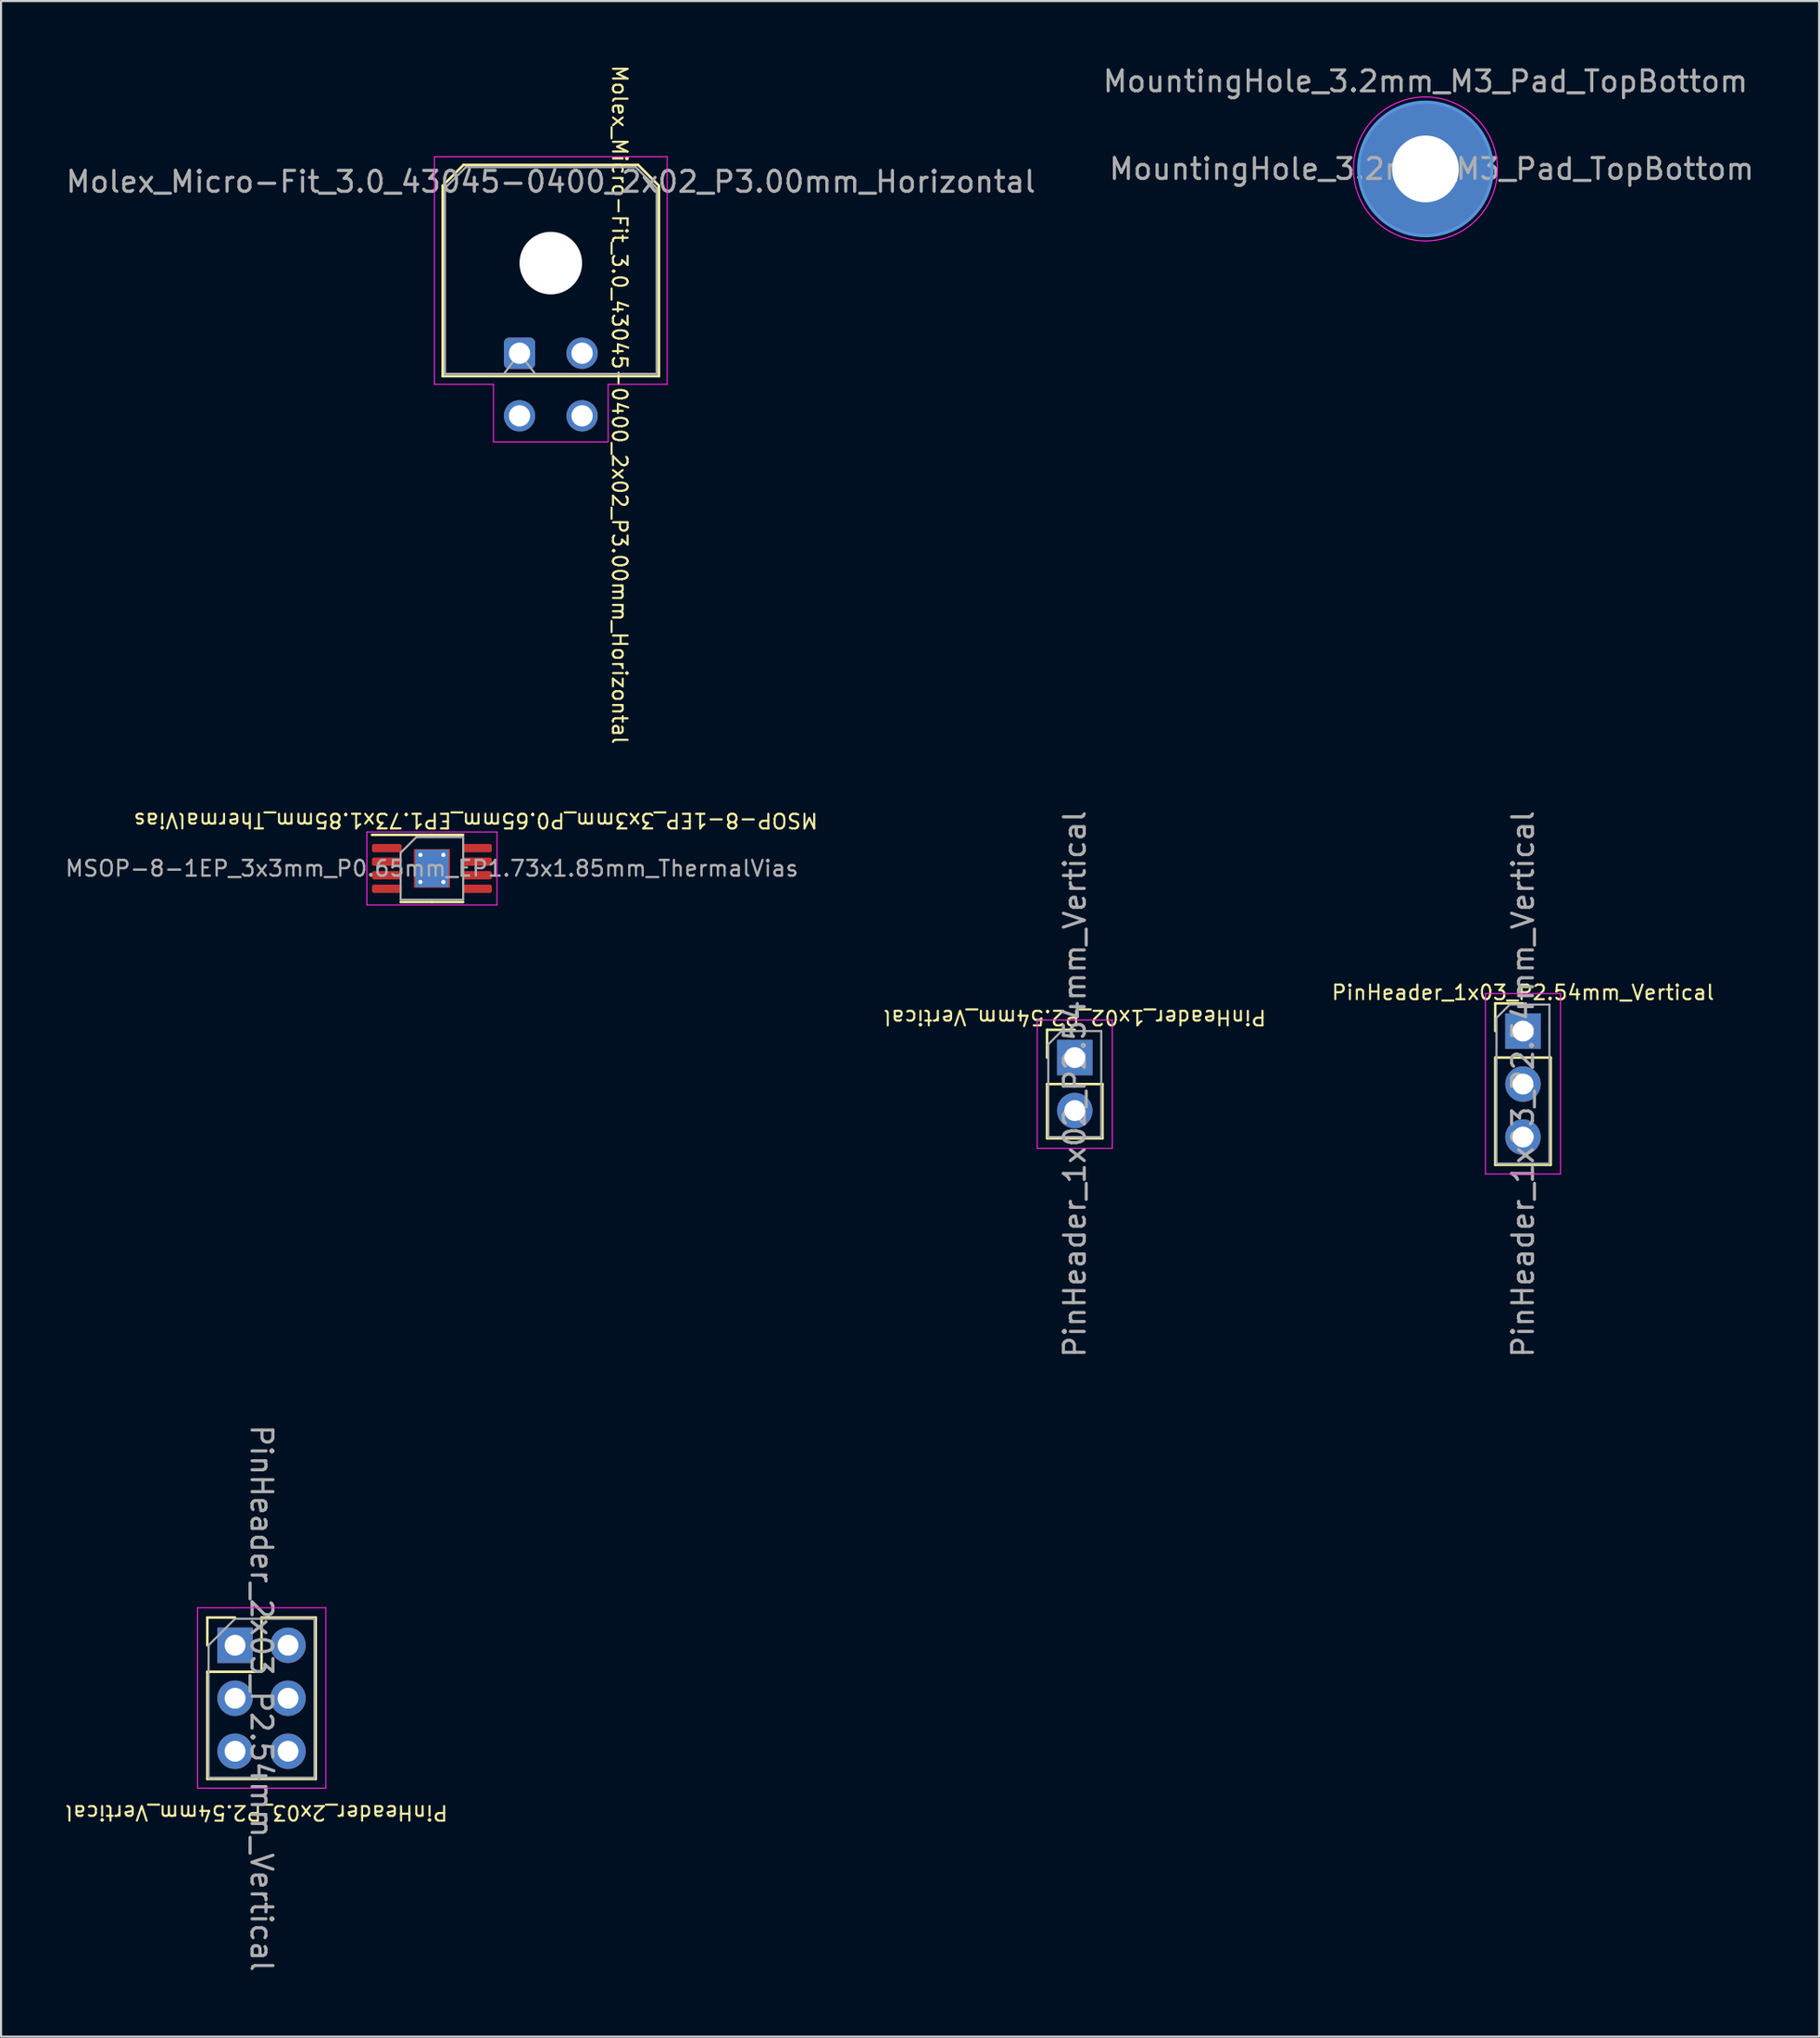
<source format=kicad_pcb>
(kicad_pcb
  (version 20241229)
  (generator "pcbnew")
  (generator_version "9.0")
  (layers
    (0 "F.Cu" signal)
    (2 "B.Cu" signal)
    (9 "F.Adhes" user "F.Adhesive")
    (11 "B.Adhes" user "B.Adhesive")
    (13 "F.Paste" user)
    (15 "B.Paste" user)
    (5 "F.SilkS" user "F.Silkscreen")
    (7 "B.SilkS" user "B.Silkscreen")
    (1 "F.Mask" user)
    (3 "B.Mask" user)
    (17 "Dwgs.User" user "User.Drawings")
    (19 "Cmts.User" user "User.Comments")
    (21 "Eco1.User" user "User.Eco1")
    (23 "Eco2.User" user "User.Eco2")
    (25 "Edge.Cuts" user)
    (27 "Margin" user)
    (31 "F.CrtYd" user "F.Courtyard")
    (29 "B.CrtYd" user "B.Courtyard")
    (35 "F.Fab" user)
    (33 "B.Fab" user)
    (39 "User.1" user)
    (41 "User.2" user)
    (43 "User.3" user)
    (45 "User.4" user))
  (footprint "MountingHole_3.2mm_M3_Pad_TopBottom"
    (layer "F.Cu")
    (at 65.304 5.048)
    (property "Reference" "MountingHole_3.2mm_M3_Pad_TopBottom" (at 0 -4.2 0) (unlocked yes) (layer "F.Fab") (effects (font (size 1 1) (thickness 0.15))))
    (attr exclude_from_pos_files exclude_from_bom)
    (fp_circle (center 0 0) (end 3.2 0) (stroke (width 0.15) (type solid)) (fill no) (layer "Cmts.User"))
    (fp_circle (center 0 0) (end 3.45 0) (stroke (width 0.05) (type solid)) (fill no) (layer "F.CrtYd"))
    (fp_text user "${REFERENCE}" (at 0.3 0 0) (unlocked yes) (layer "F.Fab") (effects (font (size 1 1) (thickness 0.15))))
    (pad "1" thru_hole circle (at 0 0) (size 3.6 3.6) (drill 3.2) (layers "*.Cu" "*.Mask"))
    (pad "1" connect circle (at 0 0) (size 6.4 6.4) (layers "F.Cu" "F.Mask"))
    (pad "1" connect circle (at 0 0) (size 6.4 6.4) (layers "B.Cu" "B.Mask")))
  (footprint "PinHeader_1x02_P2.54mm_Vertical"
    (layer "F.Cu")
    (at 48.488 47.644)
    (property "Reference" "PinHeader_1x02_P2.54mm_Vertical" (at 0 -1.925 180) (unlocked yes) (layer "F.SilkS") (effects (font (size 0.7 0.7) (thickness 0.1))))
    (attr through_hole)
    (fp_line (start -1.33 -1.33) (end 0 -1.33) (stroke (width 0.12) (type solid)) (layer "F.SilkS"))
    (fp_line (start -1.33 0) (end -1.33 -1.33) (stroke (width 0.12) (type solid)) (layer "F.SilkS"))
    (fp_line (start -1.33 1.27) (end -1.33 3.87) (stroke (width 0.12) (type solid)) (layer "F.SilkS"))
    (fp_line (start -1.33 1.27) (end 1.33 1.27) (stroke (width 0.12) (type solid)) (layer "F.SilkS"))
    (fp_line (start -1.33 3.87) (end 1.33 3.87) (stroke (width 0.12) (type solid)) (layer "F.SilkS"))
    (fp_line (start 1.33 1.27) (end 1.33 3.87) (stroke (width 0.12) (type solid)) (layer "F.SilkS"))
    (fp_line (start -1.8 -1.8) (end -1.8 4.35) (stroke (width 0.05) (type solid)) (layer "F.CrtYd"))
    (fp_line (start -1.8 4.35) (end 1.8 4.35) (stroke (width 0.05) (type solid)) (layer "F.CrtYd"))
    (fp_line (start 1.8 -1.8) (end -1.8 -1.8) (stroke (width 0.05) (type solid)) (layer "F.CrtYd"))
    (fp_line (start 1.8 4.35) (end 1.8 -1.8) (stroke (width 0.05) (type solid)) (layer "F.CrtYd"))
    (fp_line (start -1.27 -0.635) (end -0.635 -1.27) (stroke (width 0.1) (type solid)) (layer "F.Fab"))
    (fp_line (start -1.27 3.81) (end -1.27 -0.635) (stroke (width 0.1) (type solid)) (layer "F.Fab"))
    (fp_line (start -0.635 -1.27) (end 1.27 -1.27) (stroke (width 0.1) (type solid)) (layer "F.Fab"))
    (fp_line (start 1.27 -1.27) (end 1.27 3.81) (stroke (width 0.1) (type solid)) (layer "F.Fab"))
    (fp_line (start 1.27 3.81) (end -1.27 3.81) (stroke (width 0.1) (type solid)) (layer "F.Fab"))
    (fp_text user "${REFERENCE}" (at 0 1.27 90) (layer "F.Fab") (effects (font (size 1 1) (thickness 0.15))))
    (pad "1" thru_hole rect (at 0 0) (size 1.7 1.7) (drill 1) (layers "*.Cu" "*.Mask"))
    (pad "2" thru_hole oval (at 0 2.54) (size 1.7 1.7) (drill 1) (layers "*.Cu" "*.Mask")))
  (footprint "PinHeader_1x03_P2.54mm_Vertical"
    (layer "F.Cu")
    (at 69.981 46.374)
    (property "Reference" "PinHeader_1x03_P2.54mm_Vertical" (at 0 -1.85 0) (unlocked yes) (layer "F.SilkS") (effects (font (size 0.7 0.7) (thickness 0.1))))
    (attr through_hole)
    (fp_line (start -1.33 -1.33) (end 0 -1.33) (stroke (width 0.12) (type solid)) (layer "F.SilkS"))
    (fp_line (start -1.33 0) (end -1.33 -1.33) (stroke (width 0.12) (type solid)) (layer "F.SilkS"))
    (fp_line (start -1.33 1.27) (end -1.33 6.41) (stroke (width 0.12) (type solid)) (layer "F.SilkS"))
    (fp_line (start -1.33 1.27) (end 1.33 1.27) (stroke (width 0.12) (type solid)) (layer "F.SilkS"))
    (fp_line (start -1.33 6.41) (end 1.33 6.41) (stroke (width 0.12) (type solid)) (layer "F.SilkS"))
    (fp_line (start 1.33 1.27) (end 1.33 6.41) (stroke (width 0.12) (type solid)) (layer "F.SilkS"))
    (fp_line (start -1.8 -1.8) (end -1.8 6.85) (stroke (width 0.05) (type solid)) (layer "F.CrtYd"))
    (fp_line (start -1.8 6.85) (end 1.8 6.85) (stroke (width 0.05) (type solid)) (layer "F.CrtYd"))
    (fp_line (start 1.8 -1.8) (end -1.8 -1.8) (stroke (width 0.05) (type solid)) (layer "F.CrtYd"))
    (fp_line (start 1.8 6.85) (end 1.8 -1.8) (stroke (width 0.05) (type solid)) (layer "F.CrtYd"))
    (fp_line (start -1.27 -0.635) (end -0.635 -1.27) (stroke (width 0.1) (type solid)) (layer "F.Fab"))
    (fp_line (start -1.27 6.35) (end -1.27 -0.635) (stroke (width 0.1) (type solid)) (layer "F.Fab"))
    (fp_line (start -0.635 -1.27) (end 1.27 -1.27) (stroke (width 0.1) (type solid)) (layer "F.Fab"))
    (fp_line (start 1.27 -1.27) (end 1.27 6.35) (stroke (width 0.1) (type solid)) (layer "F.Fab"))
    (fp_line (start 1.27 6.35) (end -1.27 6.35) (stroke (width 0.1) (type solid)) (layer "F.Fab"))
    (fp_text user "${REFERENCE}" (at 0 2.54 90) (unlocked yes) (layer "F.Fab") (effects (font (size 1 1) (thickness 0.15))))
    (pad "1" thru_hole rect (at 0 0) (size 1.7 1.7) (drill 1) (layers "*.Cu" "*.Mask"))
    (pad "2" thru_hole oval (at 0 2.54) (size 1.7 1.7) (drill 1) (layers "*.Cu" "*.Mask"))
    (pad "3" thru_hole oval (at 0 5.08) (size 1.7 1.7) (drill 1) (layers "*.Cu" "*.Mask")))
  (footprint "Molex_Micro-Fit_3.0_43045-0400_2x02_P3.00mm_Horizontal"
    (layer "F.Cu")
    (at 21.863 13.882)
    (property "Reference" "Molex_Micro-Fit_3.0_43045-0400_2x02_P3.00mm_Horizontal" (at 4.8 2.465 270) (unlocked yes) (layer "F.SilkS") (effects (font (size 0.7 0.7) (thickness 0.1))))
    (attr through_hole)
    (fp_line (start -3.685 -8.03) (end -2.685 -9.03) (stroke (width 0.12) (type solid)) (layer "F.SilkS"))
    (fp_line (start -3.685 1.1) (end -3.685 -8.03) (stroke (width 0.12) (type solid)) (layer "F.SilkS"))
    (fp_line (start -2.685 -9.03) (end 5.685 -9.03) (stroke (width 0.12) (type solid)) (layer "F.SilkS"))
    (fp_line (start 5.685 -9.03) (end 6.685 -8.03) (stroke (width 0.12) (type solid)) (layer "F.SilkS"))
    (fp_line (start 6.685 -8.03) (end 6.685 1.1) (stroke (width 0.12) (type solid)) (layer "F.SilkS"))
    (fp_line (start 6.685 1.1) (end -3.685 1.1) (stroke (width 0.12) (type solid)) (layer "F.SilkS"))
    (fp_line (start -4.08 -9.42) (end 7.08 -9.42) (stroke (width 0.05) (type solid)) (layer "F.CrtYd"))
    (fp_line (start -4.08 1.49) (end -4.08 -9.42) (stroke (width 0.05) (type solid)) (layer "F.CrtYd"))
    (fp_line (start -1.25 1.49) (end -4.08 1.49) (stroke (width 0.05) (type solid)) (layer "F.CrtYd"))
    (fp_line (start -1.25 4.25) (end -1.25 1.49) (stroke (width 0.05) (type solid)) (layer "F.CrtYd"))
    (fp_line (start 4.25 1.49) (end 4.25 4.25) (stroke (width 0.05) (type solid)) (layer "F.CrtYd"))
    (fp_line (start 4.25 4.25) (end -1.25 4.25) (stroke (width 0.05) (type solid)) (layer "F.CrtYd"))
    (fp_line (start 7.08 -9.42) (end 7.08 1.49) (stroke (width 0.05) (type solid)) (layer "F.CrtYd"))
    (fp_line (start 7.08 1.49) (end 4.25 1.49) (stroke (width 0.05) (type solid)) (layer "F.CrtYd"))
    (fp_line (start -3.575 -7.92) (end -2.575 -8.92) (stroke (width 0.1) (type solid)) (layer "F.Fab"))
    (fp_line (start -3.575 0.99) (end -3.575 -7.92) (stroke (width 0.1) (type solid)) (layer "F.Fab"))
    (fp_line (start -2.575 -8.92) (end 5.575 -8.92) (stroke (width 0.1) (type solid)) (layer "F.Fab"))
    (fp_line (start -0.75 0.99) (end 0 0) (stroke (width 0.1) (type solid)) (layer "F.Fab"))
    (fp_line (start 0 0) (end 0.75 0.99) (stroke (width 0.1) (type solid)) (layer "F.Fab"))
    (fp_line (start 5.575 -8.92) (end 6.575 -7.92) (stroke (width 0.1) (type solid)) (layer "F.Fab"))
    (fp_line (start 6.575 -7.92) (end 6.575 0.99) (stroke (width 0.1) (type solid)) (layer "F.Fab"))
    (fp_line (start 6.575 0.99) (end -3.575 0.99) (stroke (width 0.1) (type solid)) (layer "F.Fab"))
    (fp_text user "${REFERENCE}" (at 1.5 -8.22 0) (layer "F.Fab") (effects (font (size 1 1) (thickness 0.15))))
    (pad "" np_thru_hole circle (at 1.5 -4.32) (size 3 3) (drill 3) (layers "*.Cu" "*.Mask"))
    (pad "1" thru_hole roundrect (at 0 0) (size 1.5 1.5) (drill 1.02) (layers "*.Cu" "*.Mask") (roundrect_rratio 0.167))
    (pad "2" thru_hole circle (at 3 0) (size 1.5 1.5) (drill 1.02) (layers "*.Cu" "*.Mask"))
    (pad "3" thru_hole circle (at 0 3) (size 1.5 1.5) (drill 1.02) (layers "*.Cu" "*.Mask"))
    (pad "4" thru_hole circle (at 3 3) (size 1.5 1.5) (drill 1.02) (layers "*.Cu" "*.Mask")))
  (footprint "MSOP-8-1EP_3x3mm_P0.65mm_EP1.73x1.85mm_ThermalVias"
    (layer "F.Cu")
    (at 17.661 38.578)
    (property "Reference" "MSOP-8-1EP_3x3mm_P0.65mm_EP1.73x1.85mm_ThermalVias" (at 2.1 -2.3 180) (unlocked yes) (layer "F.SilkS") (effects (font (size 0.7 0.7) (thickness 0.1))))
    (attr smd)
    (fp_line (start 0 -1.61) (end -2.875 -1.61) (stroke (width 0.12) (type solid)) (layer "F.SilkS"))
    (fp_line (start 0 -1.61) (end 1.5 -1.61) (stroke (width 0.12) (type solid)) (layer "F.SilkS"))
    (fp_line (start 0 1.61) (end -1.5 1.61) (stroke (width 0.12) (type solid)) (layer "F.SilkS"))
    (fp_line (start 0 1.61) (end 1.5 1.61) (stroke (width 0.12) (type solid)) (layer "F.SilkS"))
    (fp_line (start -3.12 -1.75) (end -3.12 1.75) (stroke (width 0.05) (type solid)) (layer "F.CrtYd"))
    (fp_line (start -3.12 1.75) (end 3.12 1.75) (stroke (width 0.05) (type solid)) (layer "F.CrtYd"))
    (fp_line (start 3.12 -1.75) (end -3.12 -1.75) (stroke (width 0.05) (type solid)) (layer "F.CrtYd"))
    (fp_line (start 3.12 1.75) (end 3.12 -1.75) (stroke (width 0.05) (type solid)) (layer "F.CrtYd"))
    (fp_line (start -1.5 -0.75) (end -0.75 -1.5) (stroke (width 0.1) (type solid)) (layer "F.Fab"))
    (fp_line (start -1.5 1.5) (end -1.5 -0.75) (stroke (width 0.1) (type solid)) (layer "F.Fab"))
    (fp_line (start -0.75 -1.5) (end 1.5 -1.5) (stroke (width 0.1) (type solid)) (layer "F.Fab"))
    (fp_line (start 1.5 -1.5) (end 1.5 1.5) (stroke (width 0.1) (type solid)) (layer "F.Fab"))
    (fp_line (start 1.5 1.5) (end -1.5 1.5) (stroke (width 0.1) (type solid)) (layer "F.Fab"))
    (fp_text user "${REFERENCE}" (at 0 0 180) (layer "F.Fab") (effects (font (size 0.75 0.75) (thickness 0.11))))
    (pad "" smd roundrect (at -0.43 -0.46) (size 0.72 0.77) (layers "F.Paste") (roundrect_rratio 0.25))
    (pad "" smd roundrect (at -0.43 0.46) (size 0.72 0.77) (layers "F.Paste") (roundrect_rratio 0.25))
    (pad "" smd roundrect (at 0.43 -0.46) (size 0.72 0.77) (layers "F.Paste") (roundrect_rratio 0.25))
    (pad "" smd roundrect (at 0.43 0.46) (size 0.72 0.77) (layers "F.Paste") (roundrect_rratio 0.25))
    (pad "1" smd roundrect (at -2.163 -0.975) (size 1.425 0.4) (layers "F.Cu" "F.Mask" "F.Paste") (roundrect_rratio 0.25))
    (pad "2" smd roundrect (at -2.163 -0.325) (size 1.425 0.4) (layers "F.Cu" "F.Mask" "F.Paste") (roundrect_rratio 0.25))
    (pad "3" smd roundrect (at -2.163 0.325) (size 1.425 0.4) (layers "F.Cu" "F.Mask" "F.Paste") (roundrect_rratio 0.25))
    (pad "4" smd roundrect (at -2.163 0.975) (size 1.425 0.4) (layers "F.Cu" "F.Mask" "F.Paste") (roundrect_rratio 0.25))
    (pad "5" smd roundrect (at 2.163 0.975) (size 1.425 0.4) (layers "F.Cu" "F.Mask" "F.Paste") (roundrect_rratio 0.25))
    (pad "6" smd roundrect (at 2.163 0.325) (size 1.425 0.4) (layers "F.Cu" "F.Mask" "F.Paste") (roundrect_rratio 0.25))
    (pad "7" smd roundrect (at 2.163 -0.325) (size 1.425 0.4) (layers "F.Cu" "F.Mask" "F.Paste") (roundrect_rratio 0.25))
    (pad "8" smd roundrect (at 2.163 -0.975) (size 1.425 0.4) (layers "F.Cu" "F.Mask" "F.Paste") (roundrect_rratio 0.25))
    (pad "9" thru_hole circle (at -0.55 -0.65) (size 0.5 0.5) (drill 0.2) (layers "*.Cu"))
    (pad "9" thru_hole circle (at -0.55 0.65) (size 0.5 0.5) (drill 0.2) (layers "*.Cu"))
    (pad "9" smd rect (at 0 0) (size 1.6 1.8) (layers "B.Cu"))
    (pad "9" smd rect (at 0 0) (size 1.73 1.85) (layers "F.Cu" "F.Mask"))
    (pad "9" thru_hole circle (at 0.55 -0.65) (size 0.5 0.5) (drill 0.2) (layers "*.Cu"))
    (pad "9" thru_hole circle (at 0.55 0.65) (size 0.5 0.5) (drill 0.2) (layers "*.Cu")))
  (footprint "PinHeader_2x03_P2.54mm_Vertical"
    (layer "F.Cu")
    (at 8.222 75.814)
    (property "Reference" "PinHeader_2x03_P2.54mm_Vertical" (at 1.025 8.025 180) (unlocked yes) (layer "F.SilkS") (effects (font (size 0.7 0.7) (thickness 0.1))))
    (attr through_hole)
    (fp_line (start -1.33 -1.33) (end 0 -1.33) (stroke (width 0.12) (type solid)) (layer "F.SilkS"))
    (fp_line (start -1.33 0) (end -1.33 -1.33) (stroke (width 0.12) (type solid)) (layer "F.SilkS"))
    (fp_line (start -1.33 1.27) (end -1.33 6.41) (stroke (width 0.12) (type solid)) (layer "F.SilkS"))
    (fp_line (start -1.33 1.27) (end 1.27 1.27) (stroke (width 0.12) (type solid)) (layer "F.SilkS"))
    (fp_line (start -1.33 6.41) (end 3.87 6.41) (stroke (width 0.12) (type solid)) (layer "F.SilkS"))
    (fp_line (start 1.27 -1.33) (end 3.87 -1.33) (stroke (width 0.12) (type solid)) (layer "F.SilkS"))
    (fp_line (start 1.27 1.27) (end 1.27 -1.33) (stroke (width 0.12) (type solid)) (layer "F.SilkS"))
    (fp_line (start 3.87 -1.33) (end 3.87 6.41) (stroke (width 0.12) (type solid)) (layer "F.SilkS"))
    (fp_line (start -1.8 -1.8) (end -1.8 6.85) (stroke (width 0.05) (type solid)) (layer "F.CrtYd"))
    (fp_line (start -1.8 6.85) (end 4.35 6.85) (stroke (width 0.05) (type solid)) (layer "F.CrtYd"))
    (fp_line (start 4.35 -1.8) (end -1.8 -1.8) (stroke (width 0.05) (type solid)) (layer "F.CrtYd"))
    (fp_line (start 4.35 6.85) (end 4.35 -1.8) (stroke (width 0.05) (type solid)) (layer "F.CrtYd"))
    (fp_line (start -1.27 0) (end 0 -1.27) (stroke (width 0.1) (type solid)) (layer "F.Fab"))
    (fp_line (start -1.27 6.35) (end -1.27 0) (stroke (width 0.1) (type solid)) (layer "F.Fab"))
    (fp_line (start 0 -1.27) (end 3.81 -1.27) (stroke (width 0.1) (type solid)) (layer "F.Fab"))
    (fp_line (start 3.81 -1.27) (end 3.81 6.35) (stroke (width 0.1) (type solid)) (layer "F.Fab"))
    (fp_line (start 3.81 6.35) (end -1.27 6.35) (stroke (width 0.1) (type solid)) (layer "F.Fab"))
    (fp_text user "${REFERENCE}" (at 1.27 2.54 270) (unlocked yes) (layer "F.Fab") (effects (font (size 1 1) (thickness 0.15))))
    (pad "1" thru_hole rect (at 0 0) (size 1.7 1.7) (drill 1) (layers "*.Cu" "*.Mask"))
    (pad "2" thru_hole oval (at 2.54 0) (size 1.7 1.7) (drill 1) (layers "*.Cu" "*.Mask"))
    (pad "3" thru_hole oval (at 0 2.54) (size 1.7 1.7) (drill 1) (layers "*.Cu" "*.Mask"))
    (pad "4" thru_hole oval (at 2.54 2.54) (size 1.7 1.7) (drill 1) (layers "*.Cu" "*.Mask"))
    (pad "5" thru_hole oval (at 0 5.08) (size 1.7 1.7) (drill 1) (layers "*.Cu" "*.Mask"))
    (pad "6" thru_hole oval (at 2.54 5.08) (size 1.7 1.7) (drill 1) (layers "*.Cu" "*.Mask")))
  (gr_rect
    (start -3 -3)
    (end 84.181 94.574)
    (stroke (width 0.1) (type default))
    (fill no)
    (layer "Edge.Cuts")))
</source>
